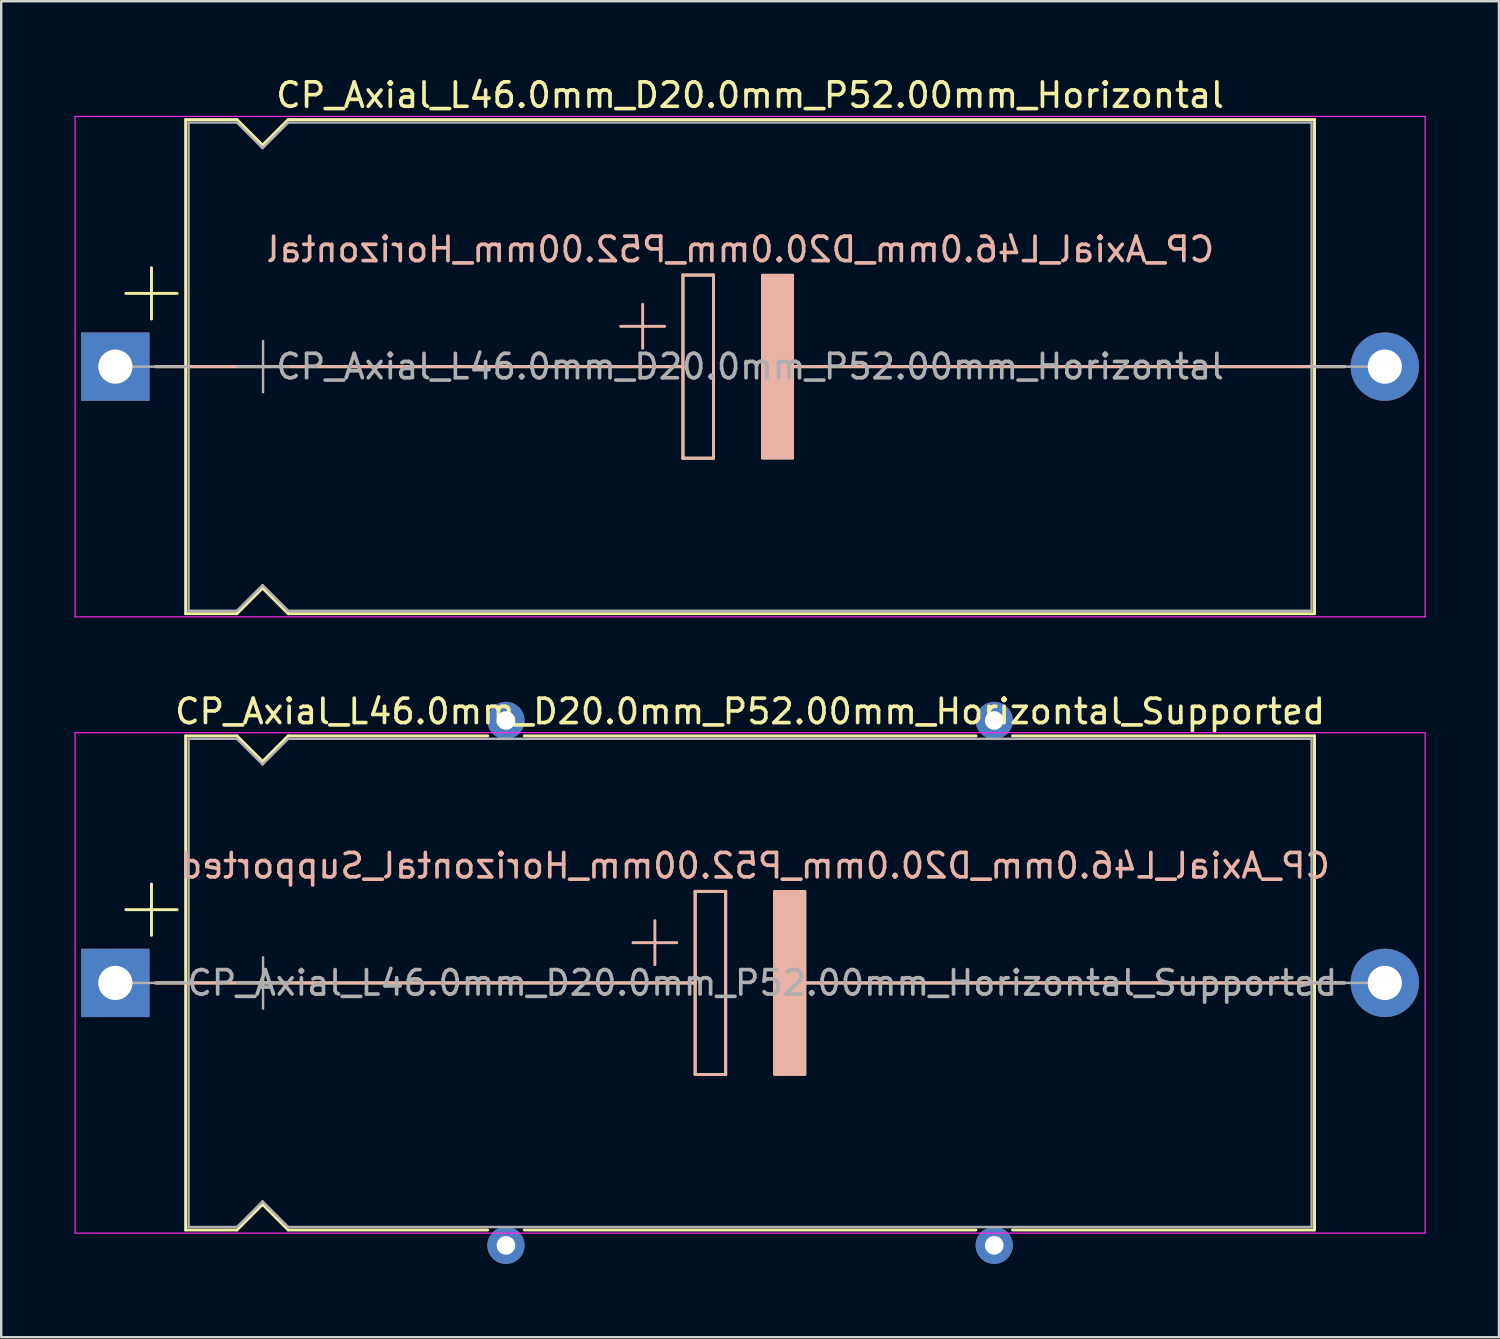
<source format=kicad_pcb>
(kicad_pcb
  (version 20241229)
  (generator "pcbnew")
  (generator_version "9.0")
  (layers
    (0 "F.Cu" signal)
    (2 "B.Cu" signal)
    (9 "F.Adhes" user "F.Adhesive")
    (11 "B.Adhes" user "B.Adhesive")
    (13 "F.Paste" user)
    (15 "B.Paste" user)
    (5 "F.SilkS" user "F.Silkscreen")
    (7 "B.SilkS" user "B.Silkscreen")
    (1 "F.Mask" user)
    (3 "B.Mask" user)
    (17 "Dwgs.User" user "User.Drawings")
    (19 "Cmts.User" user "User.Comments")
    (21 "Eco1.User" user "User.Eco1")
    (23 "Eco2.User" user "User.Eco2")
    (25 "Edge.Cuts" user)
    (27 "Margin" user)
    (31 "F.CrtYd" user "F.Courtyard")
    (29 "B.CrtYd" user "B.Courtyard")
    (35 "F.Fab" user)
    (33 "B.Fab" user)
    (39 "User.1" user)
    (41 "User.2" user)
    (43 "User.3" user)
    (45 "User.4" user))
  (footprint "CP_Axial_L46.0mm_D20.0mm_P52.00mm_Horizontal"
    (layer "F.Cu")
    (at 1.675 11.968)
    (property "Reference" "CP_Axial_L46.0mm_D20.0mm_P52.00mm_Horizontal" (at 26 -11.12 0) (layer "F.SilkS") (effects (font (size 1 1) (thickness 0.15))))
    (fp_line (start 0.43 -3) (end 2.53 -3) (stroke (width 0.12) (type solid)) (layer "F.SilkS"))
    (fp_line (start 1.48 -4.05) (end 1.48 -1.95) (stroke (width 0.12) (type solid)) (layer "F.SilkS"))
    (fp_line (start 1.64 0) (end 2.88 0) (stroke (width 0.12) (type solid)) (layer "F.SilkS"))
    (fp_line (start 2.88 -10.12) (end 2.88 10.12) (stroke (width 0.12) (type solid)) (layer "F.SilkS"))
    (fp_line (start 2.88 -10.12) (end 4.98 -10.12) (stroke (width 0.12) (type solid)) (layer "F.SilkS"))
    (fp_line (start 2.88 0) (end 23.25 0) (stroke (width 0.12) (type solid)) (layer "F.SilkS"))
    (fp_line (start 2.88 10.12) (end 4.98 10.12) (stroke (width 0.12) (type solid)) (layer "F.SilkS"))
    (fp_line (start 4.98 -10.12) (end 6.03 -9.07) (stroke (width 0.12) (type solid)) (layer "F.SilkS"))
    (fp_line (start 4.98 10.12) (end 6.03 9.07) (stroke (width 0.12) (type solid)) (layer "F.SilkS"))
    (fp_line (start 6.03 -9.07) (end 7.08 -10.12) (stroke (width 0.12) (type solid)) (layer "F.SilkS"))
    (fp_line (start 6.03 9.07) (end 7.08 10.12) (stroke (width 0.12) (type solid)) (layer "F.SilkS"))
    (fp_line (start 7.08 -10.12) (end 49.12 -10.12) (stroke (width 0.12) (type solid)) (layer "F.SilkS"))
    (fp_line (start 7.08 10.12) (end 49.12 10.12) (stroke (width 0.12) (type solid)) (layer "F.SilkS"))
    (fp_line (start 23.25 -3.75) (end 24.5 -3.75) (stroke (width 0.12) (type solid)) (layer "F.SilkS"))
    (fp_line (start 23.25 0) (end 23.25 -3.75) (stroke (width 0.12) (type solid)) (layer "F.SilkS"))
    (fp_line (start 23.25 3.75) (end 23.25 0) (stroke (width 0.12) (type solid)) (layer "F.SilkS"))
    (fp_line (start 24.5 -3.75) (end 24.5 3.75) (stroke (width 0.12) (type solid)) (layer "F.SilkS"))
    (fp_line (start 24.5 3.75) (end 23.25 3.75) (stroke (width 0.12) (type solid)) (layer "F.SilkS"))
    (fp_line (start 27.75 0) (end 49.12 0) (stroke (width 0.12) (type solid)) (layer "F.SilkS"))
    (fp_line (start 49.12 -10.12) (end 49.12 10.12) (stroke (width 0.12) (type solid)) (layer "F.SilkS"))
    (fp_line (start 50.36 0) (end 49.12 0) (stroke (width 0.12) (type solid)) (layer "F.SilkS"))
    (fp_poly (pts (xy 27.75 3.75) (xy 26.5 3.75) (xy 26.5 -3.75) (xy 27.75 -3.75)) (stroke (width 0.1) (type solid)) (fill yes) (layer "F.SilkS"))
    (fp_line (start 1.65 0) (end 16.38 0) (stroke (width 0.12) (type solid)) (layer "B.SilkS"))
    (fp_line (start 16.38 0) (end 23.25 0) (stroke (width 0.12) (type solid)) (layer "B.SilkS"))
    (fp_line (start 21.6 -2.55) (end 21.6 -0.75) (stroke (width 0.12) (type solid)) (layer "B.SilkS"))
    (fp_line (start 22.5 -1.65) (end 20.7 -1.65) (stroke (width 0.12) (type solid)) (layer "B.SilkS"))
    (fp_line (start 23.25 -3.75) (end 24.5 -3.75) (stroke (width 0.12) (type solid)) (layer "B.SilkS"))
    (fp_line (start 23.25 0) (end 23.25 -3.75) (stroke (width 0.12) (type solid)) (layer "B.SilkS"))
    (fp_line (start 23.25 3.75) (end 23.25 0) (stroke (width 0.12) (type solid)) (layer "B.SilkS"))
    (fp_line (start 24.5 -3.75) (end 24.5 3.75) (stroke (width 0.12) (type solid)) (layer "B.SilkS"))
    (fp_line (start 24.5 3.75) (end 23.25 3.75) (stroke (width 0.12) (type solid)) (layer "B.SilkS"))
    (fp_line (start 27.75 0) (end 34.62 0) (stroke (width 0.12) (type solid)) (layer "B.SilkS"))
    (fp_line (start 50.35 0) (end 34.62 0) (stroke (width 0.12) (type solid)) (layer "B.SilkS"))
    (fp_poly (pts (xy 27.75 3.75) (xy 26.5 3.75) (xy 26.5 -3.75) (xy 27.75 -3.75)) (stroke (width 0.1) (type solid)) (fill yes) (layer "B.SilkS"))
    (fp_line (start -1.65 -10.25) (end -1.65 10.25) (stroke (width 0.05) (type solid)) (layer "F.CrtYd"))
    (fp_line (start -1.65 10.25) (end 53.65 10.25) (stroke (width 0.05) (type solid)) (layer "F.CrtYd"))
    (fp_line (start 53.65 -10.25) (end -1.65 -10.25) (stroke (width 0.05) (type solid)) (layer "F.CrtYd"))
    (fp_line (start 53.65 10.25) (end 53.65 -10.25) (stroke (width 0.05) (type solid)) (layer "F.CrtYd"))
    (fp_line (start 0 0) (end 3 0) (stroke (width 0.1) (type solid)) (layer "F.Fab"))
    (fp_line (start 3 -10) (end 3 10) (stroke (width 0.1) (type solid)) (layer "F.Fab"))
    (fp_line (start 3 -10) (end 4.98 -10) (stroke (width 0.1) (type solid)) (layer "F.Fab"))
    (fp_line (start 3 10) (end 4.98 10) (stroke (width 0.1) (type solid)) (layer "F.Fab"))
    (fp_line (start 4.98 -10) (end 6.03 -8.95) (stroke (width 0.1) (type solid)) (layer "F.Fab"))
    (fp_line (start 4.98 10) (end 6.03 8.95) (stroke (width 0.1) (type solid)) (layer "F.Fab"))
    (fp_line (start 5 0) (end 7.1 0) (stroke (width 0.1) (type solid)) (layer "F.Fab"))
    (fp_line (start 6.03 -8.95) (end 7.08 -10) (stroke (width 0.1) (type solid)) (layer "F.Fab"))
    (fp_line (start 6.03 8.95) (end 7.08 10) (stroke (width 0.1) (type solid)) (layer "F.Fab"))
    (fp_line (start 6.05 -1.05) (end 6.05 1.05) (stroke (width 0.1) (type solid)) (layer "F.Fab"))
    (fp_line (start 7.08 -10) (end 49 -10) (stroke (width 0.1) (type solid)) (layer "F.Fab"))
    (fp_line (start 7.08 10) (end 49 10) (stroke (width 0.1) (type solid)) (layer "F.Fab"))
    (fp_line (start 49 -10) (end 49 10) (stroke (width 0.1) (type solid)) (layer "F.Fab"))
    (fp_line (start 52 0) (end 49 0) (stroke (width 0.1) (type solid)) (layer "F.Fab"))
    (fp_text user "${REFERENCE}" (at 25.6 -4.8 0) (layer "B.SilkS") (effects (font (size 1 1) (thickness 0.15)) (justify mirror)))
    (fp_text user "${REFERENCE}" (at 26 0 0) (layer "F.Fab") (effects (font (size 1 1) (thickness 0.15))))
    (pad "1" thru_hole rect (at 0 0) (size 2.8 2.8) (drill 1.4) (layers "*.Cu" "*.Mask"))
    (pad "2" thru_hole oval (at 52 0) (size 2.8 2.8) (drill 1.4) (layers "*.Cu" "*.Mask")))
  (footprint "CP_Axial_L46.0mm_D20.0mm_P52.00mm_Horizontal_Supported"
    (layer "F.Cu")
    (at 1.675 37.212)
    (property "Reference" "CP_Axial_L46.0mm_D20.0mm_P52.00mm_Horizontal_Supported" (at 26 -11.12 0) (layer "F.SilkS") (effects (font (size 1 1) (thickness 0.15))))
    (fp_line (start 0.43 -3) (end 2.53 -3) (stroke (width 0.12) (type solid)) (layer "F.SilkS"))
    (fp_line (start 1.48 -4.05) (end 1.48 -1.95) (stroke (width 0.12) (type solid)) (layer "F.SilkS"))
    (fp_line (start 1.64 0) (end 2.88 0) (stroke (width 0.12) (type solid)) (layer "F.SilkS"))
    (fp_line (start 2.88 -10.12) (end 2.88 10.12) (stroke (width 0.12) (type solid)) (layer "F.SilkS"))
    (fp_line (start 2.88 -10.12) (end 4.98 -10.12) (stroke (width 0.12) (type solid)) (layer "F.SilkS"))
    (fp_line (start 2.88 0) (end 23.75 0) (stroke (width 0.12) (type solid)) (layer "F.SilkS"))
    (fp_line (start 2.88 10.12) (end 4.98 10.12) (stroke (width 0.12) (type solid)) (layer "F.SilkS"))
    (fp_line (start 4.98 -10.12) (end 6.03 -9.07) (stroke (width 0.12) (type solid)) (layer "F.SilkS"))
    (fp_line (start 4.98 10.12) (end 6.03 9.07) (stroke (width 0.12) (type solid)) (layer "F.SilkS"))
    (fp_line (start 6.03 -9.07) (end 7.08 -10.12) (stroke (width 0.12) (type solid)) (layer "F.SilkS"))
    (fp_line (start 6.03 9.07) (end 7.08 10.12) (stroke (width 0.12) (type solid)) (layer "F.SilkS"))
    (fp_line (start 7.08 -10.12) (end 15.25 -10.12) (stroke (width 0.12) (type solid)) (layer "F.SilkS"))
    (fp_line (start 7.08 10.12) (end 15.25 10.12) (stroke (width 0.12) (type solid)) (layer "F.SilkS"))
    (fp_line (start 16.75 -10.12) (end 35.25 -10.12) (stroke (width 0.12) (type solid)) (layer "F.SilkS"))
    (fp_line (start 16.75 10.12) (end 35.25 10.12) (stroke (width 0.12) (type solid)) (layer "F.SilkS"))
    (fp_line (start 23.75 -3.75) (end 25 -3.75) (stroke (width 0.12) (type solid)) (layer "F.SilkS"))
    (fp_line (start 23.75 0) (end 23.75 -3.75) (stroke (width 0.12) (type solid)) (layer "F.SilkS"))
    (fp_line (start 23.75 3.75) (end 23.75 0) (stroke (width 0.12) (type solid)) (layer "F.SilkS"))
    (fp_line (start 25 -3.75) (end 25 3.75) (stroke (width 0.12) (type solid)) (layer "F.SilkS"))
    (fp_line (start 25 3.75) (end 23.75 3.75) (stroke (width 0.12) (type solid)) (layer "F.SilkS"))
    (fp_line (start 27.75 0) (end 49.12 0) (stroke (width 0.12) (type solid)) (layer "F.SilkS"))
    (fp_line (start 36.75 -10.12) (end 49.12 -10.12) (stroke (width 0.12) (type solid)) (layer "F.SilkS"))
    (fp_line (start 36.75 10.12) (end 49.12 10.12) (stroke (width 0.12) (type solid)) (layer "F.SilkS"))
    (fp_line (start 49.12 -10.12) (end 49.12 10.12) (stroke (width 0.12) (type solid)) (layer "F.SilkS"))
    (fp_line (start 50.36 0) (end 49.12 0) (stroke (width 0.12) (type solid)) (layer "F.SilkS"))
    (fp_poly (pts (xy 28.25 3.75) (xy 27 3.75) (xy 27 -3.75) (xy 28.25 -3.75)) (stroke (width 0.1) (type solid)) (fill yes) (layer "F.SilkS"))
    (fp_line (start 1.65 0) (end 16.88 0) (stroke (width 0.12) (type solid)) (layer "B.SilkS"))
    (fp_line (start 16.88 0) (end 23.75 0) (stroke (width 0.12) (type solid)) (layer "B.SilkS"))
    (fp_line (start 22.1 -2.55) (end 22.1 -0.75) (stroke (width 0.12) (type solid)) (layer "B.SilkS"))
    (fp_line (start 23 -1.65) (end 21.2 -1.65) (stroke (width 0.12) (type solid)) (layer "B.SilkS"))
    (fp_line (start 23.75 -3.75) (end 25 -3.75) (stroke (width 0.12) (type solid)) (layer "B.SilkS"))
    (fp_line (start 23.75 0) (end 23.75 -3.75) (stroke (width 0.12) (type solid)) (layer "B.SilkS"))
    (fp_line (start 23.75 3.75) (end 23.75 0) (stroke (width 0.12) (type solid)) (layer "B.SilkS"))
    (fp_line (start 25 -3.75) (end 25 3.75) (stroke (width 0.12) (type solid)) (layer "B.SilkS"))
    (fp_line (start 25 3.75) (end 23.75 3.75) (stroke (width 0.12) (type solid)) (layer "B.SilkS"))
    (fp_line (start 28.25 0) (end 35.12 0) (stroke (width 0.12) (type solid)) (layer "B.SilkS"))
    (fp_line (start 50.35 0) (end 35.12 0) (stroke (width 0.12) (type solid)) (layer "B.SilkS"))
    (fp_poly (pts (xy 28.25 3.75) (xy 27 3.75) (xy 27 -3.75) (xy 28.25 -3.75)) (stroke (width 0.1) (type solid)) (fill yes) (layer "B.SilkS"))
    (fp_line (start -1.65 -10.25) (end -1.65 10.25) (stroke (width 0.05) (type solid)) (layer "F.CrtYd"))
    (fp_line (start -1.65 10.25) (end 53.65 10.25) (stroke (width 0.05) (type solid)) (layer "F.CrtYd"))
    (fp_line (start 53.65 -10.25) (end -1.65 -10.25) (stroke (width 0.05) (type solid)) (layer "F.CrtYd"))
    (fp_line (start 53.65 10.25) (end 53.65 -10.25) (stroke (width 0.05) (type solid)) (layer "F.CrtYd"))
    (fp_line (start 0 0) (end 3 0) (stroke (width 0.1) (type solid)) (layer "F.Fab"))
    (fp_line (start 3 -10) (end 3 10) (stroke (width 0.1) (type solid)) (layer "F.Fab"))
    (fp_line (start 3 -10) (end 4.98 -10) (stroke (width 0.1) (type solid)) (layer "F.Fab"))
    (fp_line (start 3 10) (end 4.98 10) (stroke (width 0.1) (type solid)) (layer "F.Fab"))
    (fp_line (start 4.98 -10) (end 6.03 -8.95) (stroke (width 0.1) (type solid)) (layer "F.Fab"))
    (fp_line (start 4.98 10) (end 6.03 8.95) (stroke (width 0.1) (type solid)) (layer "F.Fab"))
    (fp_line (start 5 0) (end 7.1 0) (stroke (width 0.1) (type solid)) (layer "F.Fab"))
    (fp_line (start 6.03 -8.95) (end 7.08 -10) (stroke (width 0.1) (type solid)) (layer "F.Fab"))
    (fp_line (start 6.03 8.95) (end 7.08 10) (stroke (width 0.1) (type solid)) (layer "F.Fab"))
    (fp_line (start 6.05 -1.05) (end 6.05 1.05) (stroke (width 0.1) (type solid)) (layer "F.Fab"))
    (fp_line (start 7.08 -10) (end 49 -10) (stroke (width 0.1) (type solid)) (layer "F.Fab"))
    (fp_line (start 7.08 10) (end 49 10) (stroke (width 0.1) (type solid)) (layer "F.Fab"))
    (fp_line (start 49 -10) (end 49 10) (stroke (width 0.1) (type solid)) (layer "F.Fab"))
    (fp_line (start 52 0) (end 49 0) (stroke (width 0.1) (type solid)) (layer "F.Fab"))
    (fp_text user "${REFERENCE}" (at 26.2 -4.8 0) (layer "B.SilkS") (effects (font (size 1 1) (thickness 0.15)) (justify mirror)))
    (fp_text user "${REFERENCE}" (at 26.5 0 0) (layer "F.Fab") (effects (font (size 1 1) (thickness 0.15))))
    (pad "" thru_hole circle (at 16 -10.75) (size 1.524 1.524) (drill 0.762) (layers "*.Cu" "*.Mask"))
    (pad "" thru_hole circle (at 16 10.75) (size 1.524 1.524) (drill 0.762) (layers "*.Cu" "*.Mask"))
    (pad "" thru_hole circle (at 36 -10.75) (size 1.524 1.524) (drill 0.762) (layers "*.Cu" "*.Mask"))
    (pad "" thru_hole circle (at 36 10.75) (size 1.524 1.524) (drill 0.762) (layers "*.Cu" "*.Mask"))
    (pad "1" thru_hole rect (at 0 0) (size 2.8 2.8) (drill 1.4) (layers "*.Cu" "*.Mask"))
    (pad "2" thru_hole oval (at 52 0) (size 2.8 2.8) (drill 1.4) (layers "*.Cu" "*.Mask")))
  (gr_rect
    (start -3 -3)
    (end 58.35 51.724)
    (stroke (width 0.1) (type default))
    (fill no)
    (layer "Edge.Cuts")))
</source>
